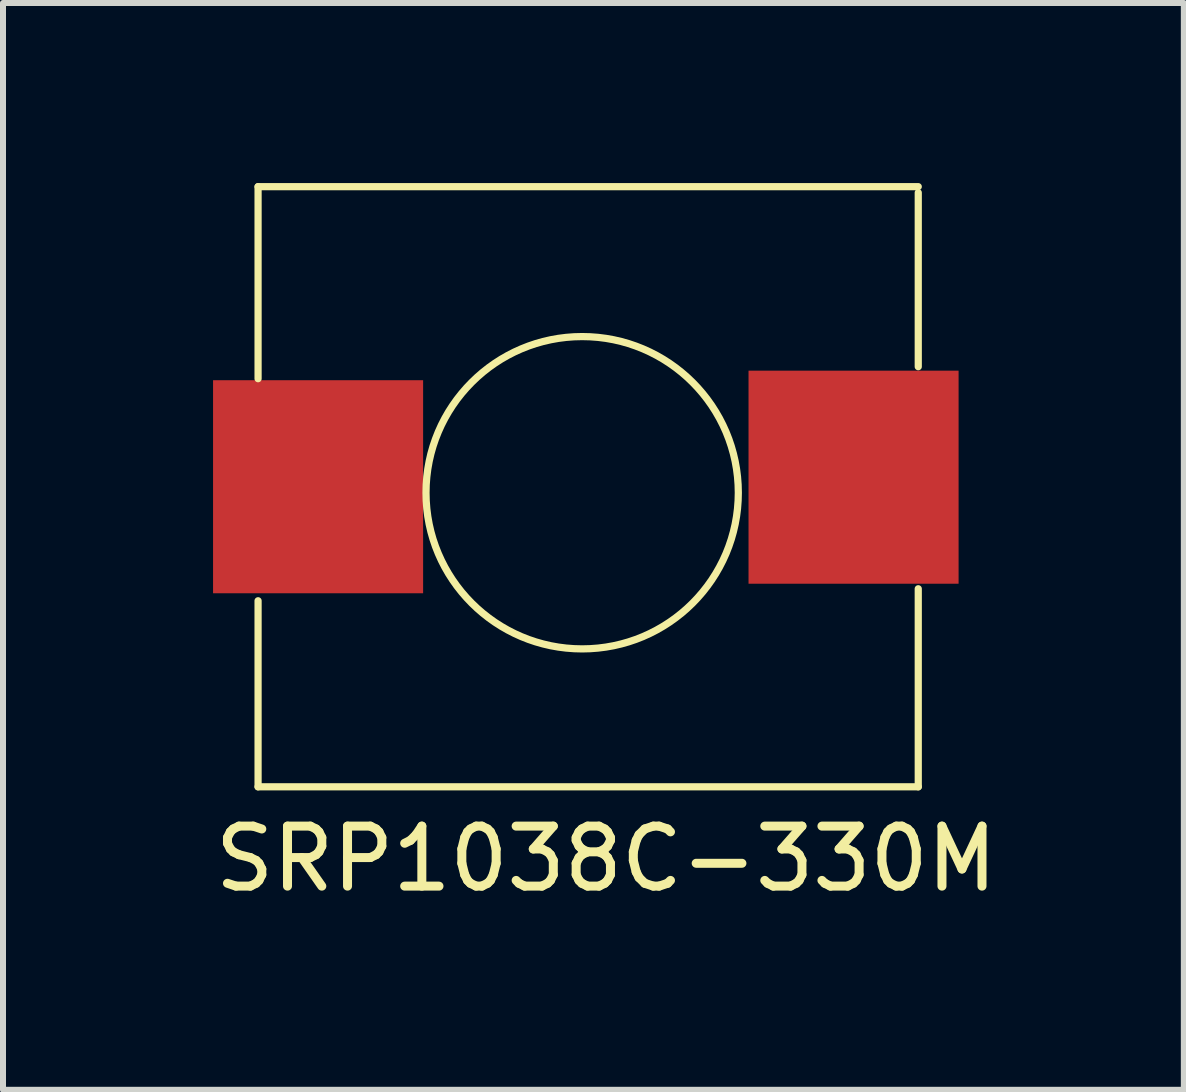
<source format=kicad_pcb>
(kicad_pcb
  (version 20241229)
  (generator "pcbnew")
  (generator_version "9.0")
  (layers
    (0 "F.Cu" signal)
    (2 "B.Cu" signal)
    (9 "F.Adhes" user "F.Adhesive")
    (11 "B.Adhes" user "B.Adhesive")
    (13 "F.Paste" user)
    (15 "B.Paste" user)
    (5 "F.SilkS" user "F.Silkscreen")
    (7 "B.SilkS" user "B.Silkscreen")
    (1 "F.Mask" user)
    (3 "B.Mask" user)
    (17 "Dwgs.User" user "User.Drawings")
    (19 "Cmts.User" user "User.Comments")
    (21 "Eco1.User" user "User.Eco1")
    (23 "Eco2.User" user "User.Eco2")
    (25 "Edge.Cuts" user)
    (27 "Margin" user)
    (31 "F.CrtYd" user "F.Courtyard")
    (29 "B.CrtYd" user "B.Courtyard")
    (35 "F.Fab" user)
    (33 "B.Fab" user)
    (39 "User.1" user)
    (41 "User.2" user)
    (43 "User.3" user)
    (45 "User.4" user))
  (footprint "SRP1038C-330M"
    (layer "F.Cu")
    (at 0.25 7.06)
    (property "Reference" "SRP1038C-330M" (at 6.8 4.2 0) (layer "F.SilkS") (effects (font (size 1 1) (thickness 0.15))))
    (attr through_hole)
    (fp_line (start 1 -7) (end 1 -3.8) (stroke (width 0.12) (type solid)) (layer "F.SilkS"))
    (fp_line (start 1 3) (end 1 -0.1) (stroke (width 0.12) (type solid)) (layer "F.SilkS"))
    (fp_line (start 1 3) (end 12 3) (stroke (width 0.12) (type solid)) (layer "F.SilkS"))
    (fp_line (start 12 -7) (end 1 -7) (stroke (width 0.12) (type solid)) (layer "F.SilkS"))
    (fp_line (start 12 -6.9) (end 12 -4) (stroke (width 0.12) (type solid)) (layer "F.SilkS"))
    (fp_line (start 12 3) (end 12 -0.3) (stroke (width 0.12) (type solid)) (layer "F.SilkS"))
    (fp_circle (center 6.4 -1.9) (end 6.5 -4.5) (stroke (width 0.12) (type solid)) (fill no) (layer "F.SilkS"))
    (pad "1" smd rect (at 2 -2) (size 3.5 3.55) (layers "F.Cu" "F.Mask" "F.Paste"))
    (pad "2" smd rect (at 10.922 -2.159) (size 3.5 3.55) (layers "F.Cu" "F.Mask" "F.Paste")))
  (gr_rect
    (start -3 -3)
    (end 16.675 15.108)
    (stroke (width 0.1) (type default))
    (fill no)
    (layer "Edge.Cuts")))
</source>
